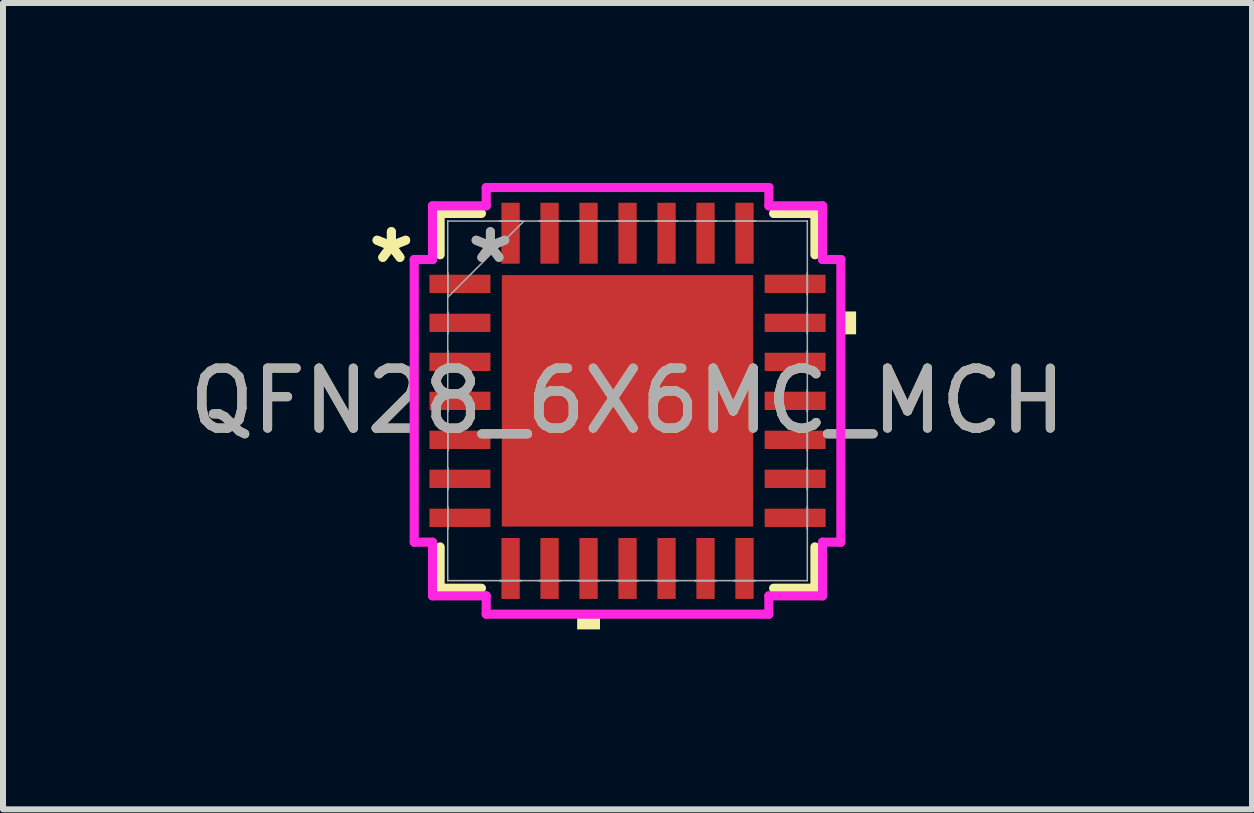
<source format=kicad_pcb>
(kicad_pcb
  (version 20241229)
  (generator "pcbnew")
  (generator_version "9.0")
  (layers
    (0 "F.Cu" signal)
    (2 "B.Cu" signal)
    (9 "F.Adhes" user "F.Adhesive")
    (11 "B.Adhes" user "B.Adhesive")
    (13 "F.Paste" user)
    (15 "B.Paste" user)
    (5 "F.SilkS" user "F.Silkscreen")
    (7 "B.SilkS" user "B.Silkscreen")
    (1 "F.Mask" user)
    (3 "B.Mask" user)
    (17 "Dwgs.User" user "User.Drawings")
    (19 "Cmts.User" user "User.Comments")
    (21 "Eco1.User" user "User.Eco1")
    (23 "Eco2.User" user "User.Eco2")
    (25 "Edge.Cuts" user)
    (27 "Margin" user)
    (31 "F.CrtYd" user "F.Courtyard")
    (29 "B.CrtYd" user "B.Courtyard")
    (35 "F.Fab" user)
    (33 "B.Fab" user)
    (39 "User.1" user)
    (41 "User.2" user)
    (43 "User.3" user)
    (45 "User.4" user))
  (footprint "QFN28_6X6MC_MCH"
    (layer "F.Cu")
    (at 7.411 3.632)
    (property "Reference" "QFN28_6X6MC_MCH" (at 0 0 0) (unlocked yes) (layer "F.SilkS") (effects (font (size 1 1) (thickness 0.15))))
    (attr smd)
    (fp_line (start -3.124 -3.124) (end -3.124 -2.435) (stroke (width 0.152) (type solid)) (layer "F.SilkS"))
    (fp_line (start -3.124 2.435) (end -3.124 3.124) (stroke (width 0.152) (type solid)) (layer "F.SilkS"))
    (fp_line (start -3.124 3.124) (end -2.435 3.124) (stroke (width 0.152) (type solid)) (layer "F.SilkS"))
    (fp_line (start -2.435 -3.124) (end -3.124 -3.124) (stroke (width 0.152) (type solid)) (layer "F.SilkS"))
    (fp_line (start 2.435 3.124) (end 3.124 3.124) (stroke (width 0.152) (type solid)) (layer "F.SilkS"))
    (fp_line (start 3.124 -3.124) (end 2.435 -3.124) (stroke (width 0.152) (type solid)) (layer "F.SilkS"))
    (fp_line (start 3.124 -2.435) (end 3.124 -3.124) (stroke (width 0.152) (type solid)) (layer "F.SilkS"))
    (fp_line (start 3.124 3.124) (end 3.124 2.435) (stroke (width 0.152) (type solid)) (layer "F.SilkS"))
    (fp_poly (pts (xy -0.84 3.556) (xy -0.84 3.81) (xy -0.459 3.81) (xy -0.459 3.556)) (stroke (width 0) (type solid)) (fill yes) (layer "F.SilkS"))
    (fp_poly (pts (xy 3.81 -1.49) (xy 3.81 -1.109) (xy 3.556 -1.109) (xy 3.556 -1.49)) (stroke (width 0) (type solid)) (fill yes) (layer "F.SilkS"))
    (fp_poly (pts (xy -1.996 -1.996) (xy -1.996 -0.798) (xy -0.798 -0.798) (xy -0.798 -1.996)) (stroke (width 0) (type solid)) (fill yes) (layer "F.Paste"))
    (fp_poly (pts (xy -1.996 -0.599) (xy -1.996 0.599) (xy -0.798 0.599) (xy -0.798 -0.599)) (stroke (width 0) (type solid)) (fill yes) (layer "F.Paste"))
    (fp_poly (pts (xy -1.996 0.798) (xy -1.996 1.996) (xy -0.798 1.996) (xy -0.798 0.798)) (stroke (width 0) (type solid)) (fill yes) (layer "F.Paste"))
    (fp_poly (pts (xy -0.599 -1.996) (xy -0.599 -0.798) (xy 0.599 -0.798) (xy 0.599 -1.996)) (stroke (width 0) (type solid)) (fill yes) (layer "F.Paste"))
    (fp_poly (pts (xy -0.599 -0.599) (xy -0.599 0.599) (xy 0.599 0.599) (xy 0.599 -0.599)) (stroke (width 0) (type solid)) (fill yes) (layer "F.Paste"))
    (fp_poly (pts (xy -0.599 0.798) (xy -0.599 1.996) (xy 0.599 1.996) (xy 0.599 0.798)) (stroke (width 0) (type solid)) (fill yes) (layer "F.Paste"))
    (fp_poly (pts (xy 0.798 -1.996) (xy 0.798 -0.798) (xy 1.996 -0.798) (xy 1.996 -1.996)) (stroke (width 0) (type solid)) (fill yes) (layer "F.Paste"))
    (fp_poly (pts (xy 0.798 -0.599) (xy 0.798 0.599) (xy 1.996 0.599) (xy 1.996 -0.599)) (stroke (width 0) (type solid)) (fill yes) (layer "F.Paste"))
    (fp_poly (pts (xy 0.798 0.798) (xy 0.798 1.996) (xy 1.996 1.996) (xy 1.996 0.798)) (stroke (width 0) (type solid)) (fill yes) (layer "F.Paste"))
    (fp_line (start -3.556 -2.356) (end -3.251 -2.356) (stroke (width 0.152) (type solid)) (layer "F.CrtYd"))
    (fp_line (start -3.556 2.356) (end -3.556 -2.356) (stroke (width 0.152) (type solid)) (layer "F.CrtYd"))
    (fp_line (start -3.251 -3.251) (end -2.356 -3.251) (stroke (width 0.152) (type solid)) (layer "F.CrtYd"))
    (fp_line (start -3.251 -2.356) (end -3.251 -3.251) (stroke (width 0.152) (type solid)) (layer "F.CrtYd"))
    (fp_line (start -3.251 2.356) (end -3.556 2.356) (stroke (width 0.152) (type solid)) (layer "F.CrtYd"))
    (fp_line (start -3.251 3.251) (end -3.251 2.356) (stroke (width 0.152) (type solid)) (layer "F.CrtYd"))
    (fp_line (start -2.356 -3.556) (end 2.356 -3.556) (stroke (width 0.152) (type solid)) (layer "F.CrtYd"))
    (fp_line (start -2.356 -3.251) (end -2.356 -3.556) (stroke (width 0.152) (type solid)) (layer "F.CrtYd"))
    (fp_line (start -2.356 3.251) (end -3.251 3.251) (stroke (width 0.152) (type solid)) (layer "F.CrtYd"))
    (fp_line (start -2.356 3.556) (end -2.356 3.251) (stroke (width 0.152) (type solid)) (layer "F.CrtYd"))
    (fp_line (start 2.356 -3.556) (end 2.356 -3.251) (stroke (width 0.152) (type solid)) (layer "F.CrtYd"))
    (fp_line (start 2.356 -3.251) (end 3.251 -3.251) (stroke (width 0.152) (type solid)) (layer "F.CrtYd"))
    (fp_line (start 2.356 3.251) (end 2.356 3.556) (stroke (width 0.152) (type solid)) (layer "F.CrtYd"))
    (fp_line (start 2.356 3.556) (end -2.356 3.556) (stroke (width 0.152) (type solid)) (layer "F.CrtYd"))
    (fp_line (start 3.251 -3.251) (end 3.251 -2.356) (stroke (width 0.152) (type solid)) (layer "F.CrtYd"))
    (fp_line (start 3.251 -2.356) (end 3.556 -2.356) (stroke (width 0.152) (type solid)) (layer "F.CrtYd"))
    (fp_line (start 3.251 2.356) (end 3.251 3.251) (stroke (width 0.152) (type solid)) (layer "F.CrtYd"))
    (fp_line (start 3.251 3.251) (end 2.356 3.251) (stroke (width 0.152) (type solid)) (layer "F.CrtYd"))
    (fp_line (start 3.556 -2.356) (end 3.556 2.356) (stroke (width 0.152) (type solid)) (layer "F.CrtYd"))
    (fp_line (start 3.556 2.356) (end 3.251 2.356) (stroke (width 0.152) (type solid)) (layer "F.CrtYd"))
    (fp_line (start -2.997 -2.997) (end -2.997 -2.997) (stroke (width 0.025) (type solid)) (layer "F.Fab"))
    (fp_line (start -2.997 -2.997) (end -2.997 2.997) (stroke (width 0.025) (type solid)) (layer "F.Fab"))
    (fp_line (start -2.997 -2.128) (end -2.997 -2.128) (stroke (width 0.025) (type solid)) (layer "F.Fab"))
    (fp_line (start -2.997 -2.128) (end -2.997 -1.772) (stroke (width 0.025) (type solid)) (layer "F.Fab"))
    (fp_line (start -2.997 -1.772) (end -2.997 -2.128) (stroke (width 0.025) (type solid)) (layer "F.Fab"))
    (fp_line (start -2.997 -1.772) (end -2.997 -1.772) (stroke (width 0.025) (type solid)) (layer "F.Fab"))
    (fp_line (start -2.997 -1.727) (end -1.727 -2.997) (stroke (width 0.025) (type solid)) (layer "F.Fab"))
    (fp_line (start -2.997 -1.478) (end -2.997 -1.478) (stroke (width 0.025) (type solid)) (layer "F.Fab"))
    (fp_line (start -2.997 -1.478) (end -2.997 -1.122) (stroke (width 0.025) (type solid)) (layer "F.Fab"))
    (fp_line (start -2.997 -1.122) (end -2.997 -1.478) (stroke (width 0.025) (type solid)) (layer "F.Fab"))
    (fp_line (start -2.997 -1.122) (end -2.997 -1.122) (stroke (width 0.025) (type solid)) (layer "F.Fab"))
    (fp_line (start -2.997 -0.828) (end -2.997 -0.828) (stroke (width 0.025) (type solid)) (layer "F.Fab"))
    (fp_line (start -2.997 -0.828) (end -2.997 -0.472) (stroke (width 0.025) (type solid)) (layer "F.Fab"))
    (fp_line (start -2.997 -0.472) (end -2.997 -0.828) (stroke (width 0.025) (type solid)) (layer "F.Fab"))
    (fp_line (start -2.997 -0.472) (end -2.997 -0.472) (stroke (width 0.025) (type solid)) (layer "F.Fab"))
    (fp_line (start -2.997 -0.178) (end -2.997 -0.178) (stroke (width 0.025) (type solid)) (layer "F.Fab"))
    (fp_line (start -2.997 -0.178) (end -2.997 0.178) (stroke (width 0.025) (type solid)) (layer "F.Fab"))
    (fp_line (start -2.997 0.178) (end -2.997 -0.178) (stroke (width 0.025) (type solid)) (layer "F.Fab"))
    (fp_line (start -2.997 0.178) (end -2.997 0.178) (stroke (width 0.025) (type solid)) (layer "F.Fab"))
    (fp_line (start -2.997 0.472) (end -2.997 0.472) (stroke (width 0.025) (type solid)) (layer "F.Fab"))
    (fp_line (start -2.997 0.472) (end -2.997 0.828) (stroke (width 0.025) (type solid)) (layer "F.Fab"))
    (fp_line (start -2.997 0.828) (end -2.997 0.472) (stroke (width 0.025) (type solid)) (layer "F.Fab"))
    (fp_line (start -2.997 0.828) (end -2.997 0.828) (stroke (width 0.025) (type solid)) (layer "F.Fab"))
    (fp_line (start -2.997 1.122) (end -2.997 1.122) (stroke (width 0.025) (type solid)) (layer "F.Fab"))
    (fp_line (start -2.997 1.122) (end -2.997 1.478) (stroke (width 0.025) (type solid)) (layer "F.Fab"))
    (fp_line (start -2.997 1.478) (end -2.997 1.122) (stroke (width 0.025) (type solid)) (layer "F.Fab"))
    (fp_line (start -2.997 1.478) (end -2.997 1.478) (stroke (width 0.025) (type solid)) (layer "F.Fab"))
    (fp_line (start -2.997 1.772) (end -2.997 1.772) (stroke (width 0.025) (type solid)) (layer "F.Fab"))
    (fp_line (start -2.997 1.772) (end -2.997 2.128) (stroke (width 0.025) (type solid)) (layer "F.Fab"))
    (fp_line (start -2.997 2.128) (end -2.997 1.772) (stroke (width 0.025) (type solid)) (layer "F.Fab"))
    (fp_line (start -2.997 2.128) (end -2.997 2.128) (stroke (width 0.025) (type solid)) (layer "F.Fab"))
    (fp_line (start -2.997 2.997) (end -2.997 2.997) (stroke (width 0.025) (type solid)) (layer "F.Fab"))
    (fp_line (start -2.997 2.997) (end 2.997 2.997) (stroke (width 0.025) (type solid)) (layer "F.Fab"))
    (fp_line (start -2.128 -2.997) (end -2.128 -2.997) (stroke (width 0.025) (type solid)) (layer "F.Fab"))
    (fp_line (start -2.128 -2.997) (end -1.772 -2.997) (stroke (width 0.025) (type solid)) (layer "F.Fab"))
    (fp_line (start -2.128 2.997) (end -2.128 2.997) (stroke (width 0.025) (type solid)) (layer "F.Fab"))
    (fp_line (start -2.128 2.997) (end -1.772 2.997) (stroke (width 0.025) (type solid)) (layer "F.Fab"))
    (fp_line (start -1.772 -2.997) (end -2.128 -2.997) (stroke (width 0.025) (type solid)) (layer "F.Fab"))
    (fp_line (start -1.772 -2.997) (end -1.772 -2.997) (stroke (width 0.025) (type solid)) (layer "F.Fab"))
    (fp_line (start -1.772 2.997) (end -2.128 2.997) (stroke (width 0.025) (type solid)) (layer "F.Fab"))
    (fp_line (start -1.772 2.997) (end -1.772 2.997) (stroke (width 0.025) (type solid)) (layer "F.Fab"))
    (fp_line (start -1.478 -2.997) (end -1.478 -2.997) (stroke (width 0.025) (type solid)) (layer "F.Fab"))
    (fp_line (start -1.478 -2.997) (end -1.122 -2.997) (stroke (width 0.025) (type solid)) (layer "F.Fab"))
    (fp_line (start -1.478 2.997) (end -1.478 2.997) (stroke (width 0.025) (type solid)) (layer "F.Fab"))
    (fp_line (start -1.478 2.997) (end -1.122 2.997) (stroke (width 0.025) (type solid)) (layer "F.Fab"))
    (fp_line (start -1.122 -2.997) (end -1.478 -2.997) (stroke (width 0.025) (type solid)) (layer "F.Fab"))
    (fp_line (start -1.122 -2.997) (end -1.122 -2.997) (stroke (width 0.025) (type solid)) (layer "F.Fab"))
    (fp_line (start -1.122 2.997) (end -1.478 2.997) (stroke (width 0.025) (type solid)) (layer "F.Fab"))
    (fp_line (start -1.122 2.997) (end -1.122 2.997) (stroke (width 0.025) (type solid)) (layer "F.Fab"))
    (fp_line (start -0.828 -2.997) (end -0.828 -2.997) (stroke (width 0.025) (type solid)) (layer "F.Fab"))
    (fp_line (start -0.828 -2.997) (end -0.472 -2.997) (stroke (width 0.025) (type solid)) (layer "F.Fab"))
    (fp_line (start -0.828 2.997) (end -0.828 2.997) (stroke (width 0.025) (type solid)) (layer "F.Fab"))
    (fp_line (start -0.828 2.997) (end -0.472 2.997) (stroke (width 0.025) (type solid)) (layer "F.Fab"))
    (fp_line (start -0.472 -2.997) (end -0.828 -2.997) (stroke (width 0.025) (type solid)) (layer "F.Fab"))
    (fp_line (start -0.472 -2.997) (end -0.472 -2.997) (stroke (width 0.025) (type solid)) (layer "F.Fab"))
    (fp_line (start -0.472 2.997) (end -0.828 2.997) (stroke (width 0.025) (type solid)) (layer "F.Fab"))
    (fp_line (start -0.472 2.997) (end -0.472 2.997) (stroke (width 0.025) (type solid)) (layer "F.Fab"))
    (fp_line (start -0.178 -2.997) (end -0.178 -2.997) (stroke (width 0.025) (type solid)) (layer "F.Fab"))
    (fp_line (start -0.178 -2.997) (end 0.178 -2.997) (stroke (width 0.025) (type solid)) (layer "F.Fab"))
    (fp_line (start -0.178 2.997) (end -0.178 2.997) (stroke (width 0.025) (type solid)) (layer "F.Fab"))
    (fp_line (start -0.178 2.997) (end 0.178 2.997) (stroke (width 0.025) (type solid)) (layer "F.Fab"))
    (fp_line (start 0.178 -2.997) (end -0.178 -2.997) (stroke (width 0.025) (type solid)) (layer "F.Fab"))
    (fp_line (start 0.178 -2.997) (end 0.178 -2.997) (stroke (width 0.025) (type solid)) (layer "F.Fab"))
    (fp_line (start 0.178 2.997) (end -0.178 2.997) (stroke (width 0.025) (type solid)) (layer "F.Fab"))
    (fp_line (start 0.178 2.997) (end 0.178 2.997) (stroke (width 0.025) (type solid)) (layer "F.Fab"))
    (fp_line (start 0.472 -2.997) (end 0.472 -2.997) (stroke (width 0.025) (type solid)) (layer "F.Fab"))
    (fp_line (start 0.472 -2.997) (end 0.828 -2.997) (stroke (width 0.025) (type solid)) (layer "F.Fab"))
    (fp_line (start 0.472 2.997) (end 0.472 2.997) (stroke (width 0.025) (type solid)) (layer "F.Fab"))
    (fp_line (start 0.472 2.997) (end 0.828 2.997) (stroke (width 0.025) (type solid)) (layer "F.Fab"))
    (fp_line (start 0.828 -2.997) (end 0.472 -2.997) (stroke (width 0.025) (type solid)) (layer "F.Fab"))
    (fp_line (start 0.828 -2.997) (end 0.828 -2.997) (stroke (width 0.025) (type solid)) (layer "F.Fab"))
    (fp_line (start 0.828 2.997) (end 0.472 2.997) (stroke (width 0.025) (type solid)) (layer "F.Fab"))
    (fp_line (start 0.828 2.997) (end 0.828 2.997) (stroke (width 0.025) (type solid)) (layer "F.Fab"))
    (fp_line (start 1.122 -2.997) (end 1.122 -2.997) (stroke (width 0.025) (type solid)) (layer "F.Fab"))
    (fp_line (start 1.122 -2.997) (end 1.478 -2.997) (stroke (width 0.025) (type solid)) (layer "F.Fab"))
    (fp_line (start 1.122 2.997) (end 1.122 2.997) (stroke (width 0.025) (type solid)) (layer "F.Fab"))
    (fp_line (start 1.122 2.997) (end 1.478 2.997) (stroke (width 0.025) (type solid)) (layer "F.Fab"))
    (fp_line (start 1.478 -2.997) (end 1.122 -2.997) (stroke (width 0.025) (type solid)) (layer "F.Fab"))
    (fp_line (start 1.478 -2.997) (end 1.478 -2.997) (stroke (width 0.025) (type solid)) (layer "F.Fab"))
    (fp_line (start 1.478 2.997) (end 1.122 2.997) (stroke (width 0.025) (type solid)) (layer "F.Fab"))
    (fp_line (start 1.478 2.997) (end 1.478 2.997) (stroke (width 0.025) (type solid)) (layer "F.Fab"))
    (fp_line (start 1.772 -2.997) (end 1.772 -2.997) (stroke (width 0.025) (type solid)) (layer "F.Fab"))
    (fp_line (start 1.772 -2.997) (end 2.128 -2.997) (stroke (width 0.025) (type solid)) (layer "F.Fab"))
    (fp_line (start 1.772 2.997) (end 1.772 2.997) (stroke (width 0.025) (type solid)) (layer "F.Fab"))
    (fp_line (start 1.772 2.997) (end 2.128 2.997) (stroke (width 0.025) (type solid)) (layer "F.Fab"))
    (fp_line (start 2.128 -2.997) (end 1.772 -2.997) (stroke (width 0.025) (type solid)) (layer "F.Fab"))
    (fp_line (start 2.128 -2.997) (end 2.128 -2.997) (stroke (width 0.025) (type solid)) (layer "F.Fab"))
    (fp_line (start 2.128 2.997) (end 1.772 2.997) (stroke (width 0.025) (type solid)) (layer "F.Fab"))
    (fp_line (start 2.128 2.997) (end 2.128 2.997) (stroke (width 0.025) (type solid)) (layer "F.Fab"))
    (fp_line (start 2.997 -2.997) (end -2.997 -2.997) (stroke (width 0.025) (type solid)) (layer "F.Fab"))
    (fp_line (start 2.997 -2.997) (end 2.997 -2.997) (stroke (width 0.025) (type solid)) (layer "F.Fab"))
    (fp_line (start 2.997 -2.128) (end 2.997 -2.128) (stroke (width 0.025) (type solid)) (layer "F.Fab"))
    (fp_line (start 2.997 -2.128) (end 2.997 -1.772) (stroke (width 0.025) (type solid)) (layer "F.Fab"))
    (fp_line (start 2.997 -1.772) (end 2.997 -2.128) (stroke (width 0.025) (type solid)) (layer "F.Fab"))
    (fp_line (start 2.997 -1.772) (end 2.997 -1.772) (stroke (width 0.025) (type solid)) (layer "F.Fab"))
    (fp_line (start 2.997 -1.478) (end 2.997 -1.478) (stroke (width 0.025) (type solid)) (layer "F.Fab"))
    (fp_line (start 2.997 -1.478) (end 2.997 -1.122) (stroke (width 0.025) (type solid)) (layer "F.Fab"))
    (fp_line (start 2.997 -1.122) (end 2.997 -1.478) (stroke (width 0.025) (type solid)) (layer "F.Fab"))
    (fp_line (start 2.997 -1.122) (end 2.997 -1.122) (stroke (width 0.025) (type solid)) (layer "F.Fab"))
    (fp_line (start 2.997 -0.828) (end 2.997 -0.828) (stroke (width 0.025) (type solid)) (layer "F.Fab"))
    (fp_line (start 2.997 -0.828) (end 2.997 -0.472) (stroke (width 0.025) (type solid)) (layer "F.Fab"))
    (fp_line (start 2.997 -0.472) (end 2.997 -0.828) (stroke (width 0.025) (type solid)) (layer "F.Fab"))
    (fp_line (start 2.997 -0.472) (end 2.997 -0.472) (stroke (width 0.025) (type solid)) (layer "F.Fab"))
    (fp_line (start 2.997 -0.178) (end 2.997 -0.178) (stroke (width 0.025) (type solid)) (layer "F.Fab"))
    (fp_line (start 2.997 -0.178) (end 2.997 0.178) (stroke (width 0.025) (type solid)) (layer "F.Fab"))
    (fp_line (start 2.997 0.178) (end 2.997 -0.178) (stroke (width 0.025) (type solid)) (layer "F.Fab"))
    (fp_line (start 2.997 0.178) (end 2.997 0.178) (stroke (width 0.025) (type solid)) (layer "F.Fab"))
    (fp_line (start 2.997 0.472) (end 2.997 0.472) (stroke (width 0.025) (type solid)) (layer "F.Fab"))
    (fp_line (start 2.997 0.472) (end 2.997 0.828) (stroke (width 0.025) (type solid)) (layer "F.Fab"))
    (fp_line (start 2.997 0.828) (end 2.997 0.472) (stroke (width 0.025) (type solid)) (layer "F.Fab"))
    (fp_line (start 2.997 0.828) (end 2.997 0.828) (stroke (width 0.025) (type solid)) (layer "F.Fab"))
    (fp_line (start 2.997 1.122) (end 2.997 1.122) (stroke (width 0.025) (type solid)) (layer "F.Fab"))
    (fp_line (start 2.997 1.122) (end 2.997 1.478) (stroke (width 0.025) (type solid)) (layer "F.Fab"))
    (fp_line (start 2.997 1.478) (end 2.997 1.122) (stroke (width 0.025) (type solid)) (layer "F.Fab"))
    (fp_line (start 2.997 1.478) (end 2.997 1.478) (stroke (width 0.025) (type solid)) (layer "F.Fab"))
    (fp_line (start 2.997 1.772) (end 2.997 1.772) (stroke (width 0.025) (type solid)) (layer "F.Fab"))
    (fp_line (start 2.997 1.772) (end 2.997 2.128) (stroke (width 0.025) (type solid)) (layer "F.Fab"))
    (fp_line (start 2.997 2.128) (end 2.997 1.772) (stroke (width 0.025) (type solid)) (layer "F.Fab"))
    (fp_line (start 2.997 2.128) (end 2.997 2.128) (stroke (width 0.025) (type solid)) (layer "F.Fab"))
    (fp_line (start 2.997 2.997) (end 2.997 -2.997) (stroke (width 0.025) (type solid)) (layer "F.Fab"))
    (fp_line (start 2.997 2.997) (end 2.997 2.997) (stroke (width 0.025) (type solid)) (layer "F.Fab"))
    (fp_text user "*" (at -3.937 -2.275 0) (layer "F.SilkS") (effects (font (size 1 1) (thickness 0.15))))
    (fp_text user "*" (at -3.937 -2.275 0) (unlocked yes) (layer "F.SilkS") (effects (font (size 1 1) (thickness 0.15))))
    (fp_text user "*" (at -2.286 -2.275 0) (unlocked yes) (layer "F.Fab") (effects (font (size 1 1) (thickness 0.15))))
    (fp_text user "${REFERENCE}" (at 0 0 0) (unlocked yes) (layer "F.Fab") (effects (font (size 1 1) (thickness 0.15))))
    (fp_text user "*" (at -2.286 -2.275 0) (layer "F.Fab") (effects (font (size 1 1) (thickness 0.15))))
    (pad "1" smd rect (at -2.794 -1.95 90) (size 0.305 1.016) (layers "F.Cu" "F.Mask" "F.Paste"))
    (pad "2" smd rect (at -2.794 -1.3 90) (size 0.305 1.016) (layers "F.Cu" "F.Mask" "F.Paste"))
    (pad "3" smd rect (at -2.794 -0.65 90) (size 0.305 1.016) (layers "F.Cu" "F.Mask" "F.Paste"))
    (pad "4" smd rect (at -2.794 0 90) (size 0.305 1.016) (layers "F.Cu" "F.Mask" "F.Paste"))
    (pad "5" smd rect (at -2.794 0.65 90) (size 0.305 1.016) (layers "F.Cu" "F.Mask" "F.Paste"))
    (pad "6" smd rect (at -2.794 1.3 90) (size 0.305 1.016) (layers "F.Cu" "F.Mask" "F.Paste"))
    (pad "7" smd rect (at -2.794 1.95 90) (size 0.305 1.016) (layers "F.Cu" "F.Mask" "F.Paste"))
    (pad "8" smd rect (at -1.95 2.794) (size 0.305 1.016) (layers "F.Cu" "F.Mask" "F.Paste"))
    (pad "9" smd rect (at -1.3 2.794) (size 0.305 1.016) (layers "F.Cu" "F.Mask" "F.Paste"))
    (pad "10" smd rect (at -0.65 2.794) (size 0.305 1.016) (layers "F.Cu" "F.Mask" "F.Paste"))
    (pad "11" smd rect (at 0 2.794) (size 0.305 1.016) (layers "F.Cu" "F.Mask" "F.Paste"))
    (pad "12" smd rect (at 0.65 2.794) (size 0.305 1.016) (layers "F.Cu" "F.Mask" "F.Paste"))
    (pad "13" smd rect (at 1.3 2.794) (size 0.305 1.016) (layers "F.Cu" "F.Mask" "F.Paste"))
    (pad "14" smd rect (at 1.95 2.794) (size 0.305 1.016) (layers "F.Cu" "F.Mask" "F.Paste"))
    (pad "15" smd rect (at 2.794 1.95 90) (size 0.305 1.016) (layers "F.Cu" "F.Mask" "F.Paste"))
    (pad "16" smd rect (at 2.794 1.3 90) (size 0.305 1.016) (layers "F.Cu" "F.Mask" "F.Paste"))
    (pad "17" smd rect (at 2.794 0.65 90) (size 0.305 1.016) (layers "F.Cu" "F.Mask" "F.Paste"))
    (pad "18" smd rect (at 2.794 0 90) (size 0.305 1.016) (layers "F.Cu" "F.Mask" "F.Paste"))
    (pad "19" smd rect (at 2.794 -0.65 90) (size 0.305 1.016) (layers "F.Cu" "F.Mask" "F.Paste"))
    (pad "20" smd rect (at 2.794 -1.3 90) (size 0.305 1.016) (layers "F.Cu" "F.Mask" "F.Paste"))
    (pad "21" smd rect (at 2.794 -1.95 90) (size 0.305 1.016) (layers "F.Cu" "F.Mask" "F.Paste"))
    (pad "22" smd rect (at 1.95 -2.794) (size 0.305 1.016) (layers "F.Cu" "F.Mask" "F.Paste"))
    (pad "23" smd rect (at 1.3 -2.794) (size 0.305 1.016) (layers "F.Cu" "F.Mask" "F.Paste"))
    (pad "24" smd rect (at 0.65 -2.794) (size 0.305 1.016) (layers "F.Cu" "F.Mask" "F.Paste"))
    (pad "25" smd rect (at 0 -2.794) (size 0.305 1.016) (layers "F.Cu" "F.Mask" "F.Paste"))
    (pad "26" smd rect (at -0.65 -2.794) (size 0.305 1.016) (layers "F.Cu" "F.Mask" "F.Paste"))
    (pad "27" smd rect (at -1.3 -2.794) (size 0.305 1.016) (layers "F.Cu" "F.Mask" "F.Paste"))
    (pad "28" smd rect (at -1.95 -2.794) (size 0.305 1.016) (layers "F.Cu" "F.Mask" "F.Paste"))
    (pad "29" smd rect (at 0 0) (size 4.191 4.191) (layers "F.Cu" "F.Mask" "F.Paste")))
  (gr_rect
    (start -3 -3)
    (end 17.821 10.442)
    (stroke (width 0.1) (type default))
    (fill no)
    (layer "Edge.Cuts")))
</source>
